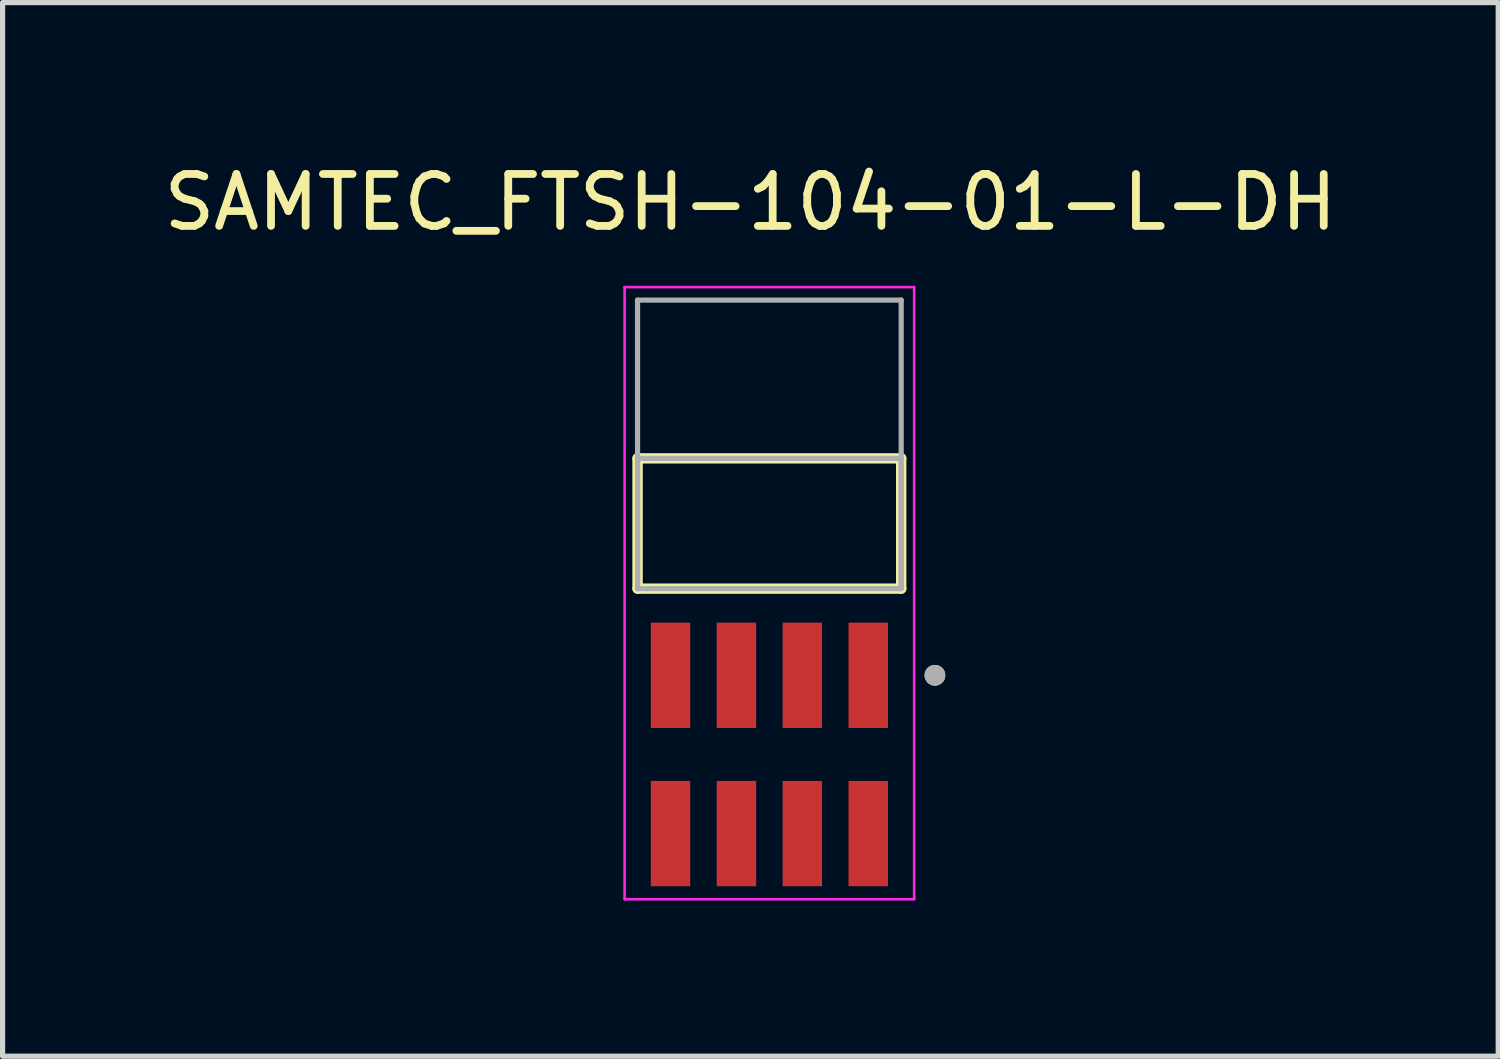
<source format=kicad_pcb>
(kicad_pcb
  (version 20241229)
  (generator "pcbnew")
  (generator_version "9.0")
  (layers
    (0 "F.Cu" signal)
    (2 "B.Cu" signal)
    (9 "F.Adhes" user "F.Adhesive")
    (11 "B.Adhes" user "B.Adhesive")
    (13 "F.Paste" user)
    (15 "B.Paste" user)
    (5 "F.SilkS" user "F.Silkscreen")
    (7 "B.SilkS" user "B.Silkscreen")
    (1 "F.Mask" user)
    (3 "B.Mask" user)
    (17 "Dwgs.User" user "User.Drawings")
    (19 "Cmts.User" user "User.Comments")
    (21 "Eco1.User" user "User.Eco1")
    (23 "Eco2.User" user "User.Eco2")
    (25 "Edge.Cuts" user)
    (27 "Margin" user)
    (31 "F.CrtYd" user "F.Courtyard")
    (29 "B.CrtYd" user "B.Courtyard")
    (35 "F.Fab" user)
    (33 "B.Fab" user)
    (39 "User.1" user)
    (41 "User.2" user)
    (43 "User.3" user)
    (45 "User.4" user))
  (footprint "SAMTEC_FTSH-104-01-L-DH"
    (layer "F.Cu")
    (at 11.776 11.488)
    (property "Reference" "SAMTEC_FTSH-104-01-L-DH" (at -0.365 -10.64 0) (layer "F.SilkS") (effects (font (size 1 1) (thickness 0.15))))
    (attr smd)
    (fp_line (start -2.54 -3.195) (end -2.54 -5.705) (stroke (width 0.2) (type solid)) (layer "F.SilkS"))
    (fp_line (start 2.54 -5.705) (end -2.54 -5.705) (stroke (width 0.2) (type solid)) (layer "F.SilkS"))
    (fp_line (start 2.54 -5.705) (end 2.54 -3.195) (stroke (width 0.2) (type solid)) (layer "F.SilkS"))
    (fp_line (start 2.54 -3.195) (end -2.54 -3.195) (stroke (width 0.2) (type solid)) (layer "F.SilkS"))
    (fp_circle (center 3.19 -1.525) (end 3.29 -1.525) (stroke (width 0.2) (type solid)) (fill no) (layer "F.SilkS"))
    (fp_line (start -2.79 -9.005) (end 2.79 -9.005) (stroke (width 0.05) (type solid)) (layer "F.CrtYd"))
    (fp_line (start -2.79 2.79) (end -2.79 -9.005) (stroke (width 0.05) (type solid)) (layer "F.CrtYd"))
    (fp_line (start 2.79 -9.005) (end 2.79 2.79) (stroke (width 0.05) (type solid)) (layer "F.CrtYd"))
    (fp_line (start 2.79 2.79) (end -2.79 2.79) (stroke (width 0.05) (type solid)) (layer "F.CrtYd"))
    (fp_line (start -2.54 -8.755) (end 2.54 -8.755) (stroke (width 0.1) (type solid)) (layer "F.Fab"))
    (fp_line (start -2.54 -5.705) (end 2.54 -5.705) (stroke (width 0.1) (type solid)) (layer "F.Fab"))
    (fp_line (start -2.54 -3.195) (end -2.54 -8.755) (stroke (width 0.1) (type solid)) (layer "F.Fab"))
    (fp_line (start -2.54 -3.195) (end -2.54 -5.705) (stroke (width 0.1) (type solid)) (layer "F.Fab"))
    (fp_line (start 2.54 -8.755) (end 2.54 -3.195) (stroke (width 0.1) (type solid)) (layer "F.Fab"))
    (fp_line (start 2.54 -5.705) (end 2.54 -3.195) (stroke (width 0.1) (type solid)) (layer "F.Fab"))
    (fp_line (start 2.54 -3.195) (end -2.54 -3.195) (stroke (width 0.1) (type solid)) (layer "F.Fab"))
    (fp_circle (center 3.19 -1.525) (end 3.29 -1.525) (stroke (width 0.2) (type solid)) (fill no) (layer "F.Fab"))
    (pad "01" smd rect (at 1.905 -1.525) (size 0.76 2.03) (layers "F.Cu" "F.Mask" "F.Paste"))
    (pad "02" smd rect (at 1.905 1.525) (size 0.76 2.03) (layers "F.Cu" "F.Mask" "F.Paste"))
    (pad "03" smd rect (at 0.635 -1.525) (size 0.76 2.03) (layers "F.Cu" "F.Mask" "F.Paste"))
    (pad "04" smd rect (at 0.635 1.525) (size 0.76 2.03) (layers "F.Cu" "F.Mask" "F.Paste"))
    (pad "05" smd rect (at -0.635 -1.525) (size 0.76 2.03) (layers "F.Cu" "F.Mask" "F.Paste"))
    (pad "06" smd rect (at -0.635 1.525) (size 0.76 2.03) (layers "F.Cu" "F.Mask" "F.Paste"))
    (pad "07" smd rect (at -1.905 -1.525) (size 0.76 2.03) (layers "F.Cu" "F.Mask" "F.Paste"))
    (pad "08" smd rect (at -1.905 1.525) (size 0.76 2.03) (layers "F.Cu" "F.Mask" "F.Paste")))
  (gr_rect
    (start -3 -3)
    (end 25.821 17.303)
    (stroke (width 0.1) (type default))
    (fill no)
    (layer "Edge.Cuts")))
</source>
